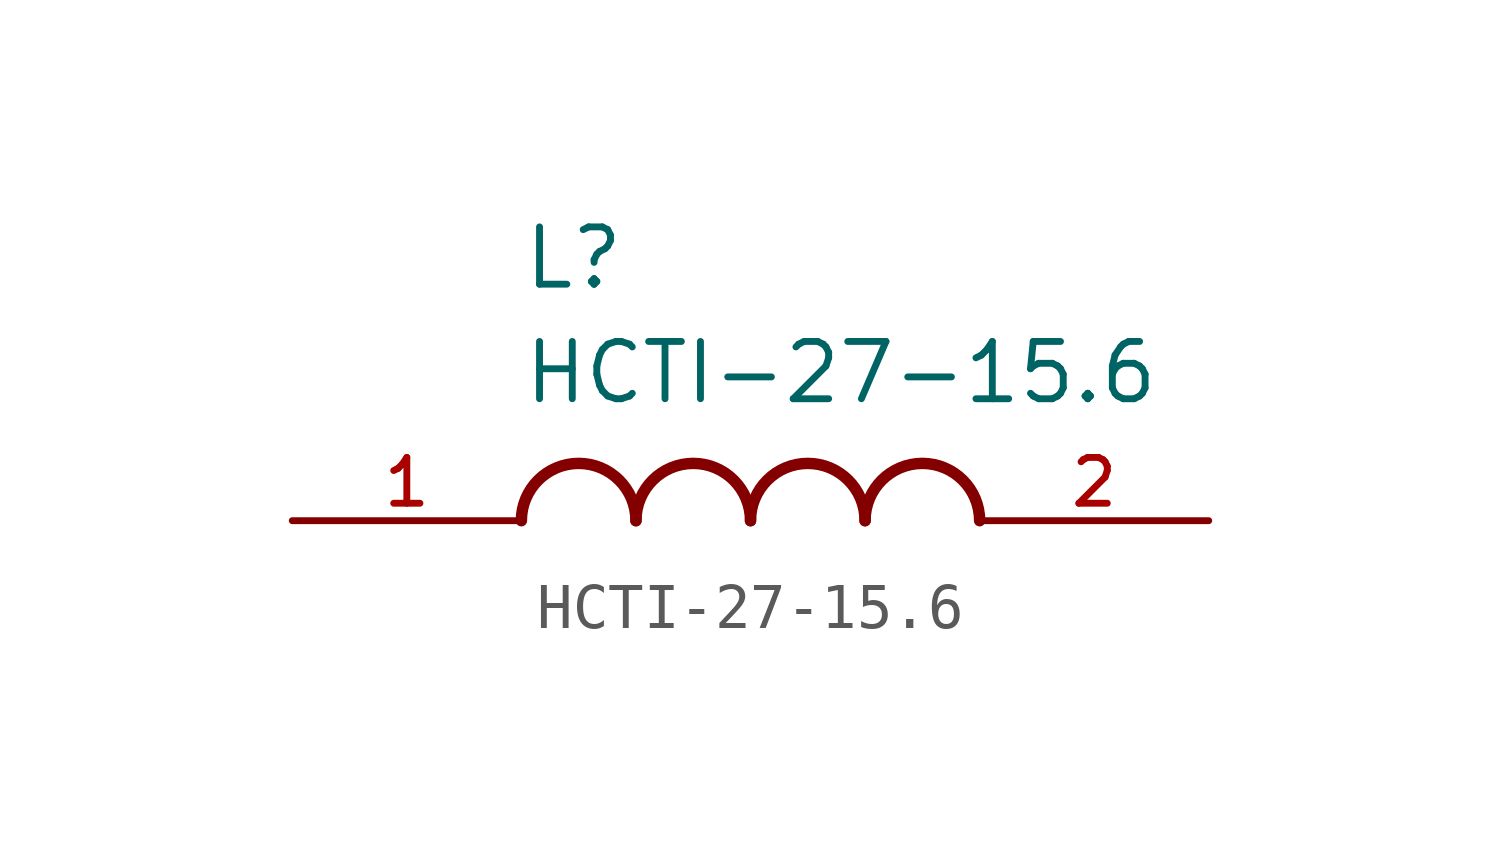
<source format=kicad_sym>
(kicad_symbol_lib
  (version 20211014)
  (generator kicad_symbol_editor)
  (symbol "HCTI-27-15.6"
    (pin_names
      (offset 1.016))
    (property "Reference" "L"
      (at -5.08 5.08 0)
      (effects (font (size 1.27 1.27)) (justify bottom left)))
    (property "Value" "HCTI-27-15.6"
      (at -5.08 2.54 0)
      (effects (font (size 1.27 1.27)) (justify bottom left)))
    (symbol "HCTI-27-15.6_0_0"
      (arc (start -2.54 0.0) (mid -3.81 1.27) (end -5.08 0.0) (stroke (width 0.254) (type default) (color 0 0 0 0)) (fill (type none)))
      (arc (start 0.0 0.0) (mid -1.27 1.27) (end -2.54 0.0) (stroke (width 0.254) (type default) (color 0 0 0 0)) (fill (type none)))
      (arc (start 2.54 0.0) (mid 1.27 1.27) (end 0.0 0.0) (stroke (width 0.254) (type default) (color 0 0 0 0)) (fill (type none)))
      (arc (start 5.08 0.0) (mid 3.81 1.27) (end 2.54 0.0) (stroke (width 0.254) (type default) (color 0 0 0 0)) (fill (type none)))
      (pin passive line (at -10.16 0.0 0) (length 5.08) (name "~" (effects (font (size 1.016 1.016)))) (number "1" (effects (font (size 1.016 1.016)))))
      (pin passive line (at 10.16 0.0 180.0) (length 5.08) (name "~" (effects (font (size 1.016 1.016)))) (number "2" (effects (font (size 1.016 1.016))))))))
</source>
